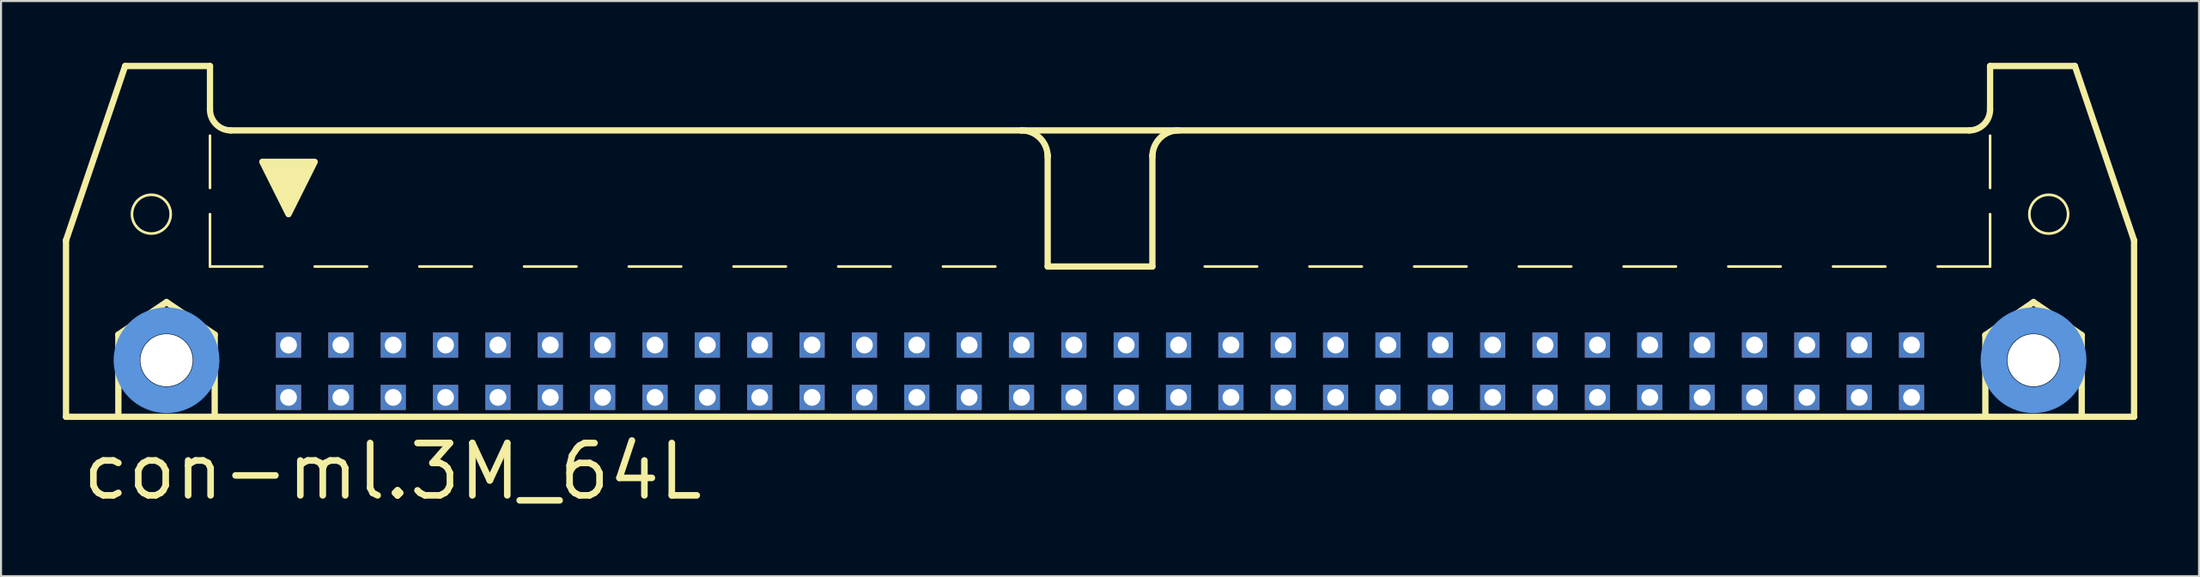
<source format=kicad_pcb>
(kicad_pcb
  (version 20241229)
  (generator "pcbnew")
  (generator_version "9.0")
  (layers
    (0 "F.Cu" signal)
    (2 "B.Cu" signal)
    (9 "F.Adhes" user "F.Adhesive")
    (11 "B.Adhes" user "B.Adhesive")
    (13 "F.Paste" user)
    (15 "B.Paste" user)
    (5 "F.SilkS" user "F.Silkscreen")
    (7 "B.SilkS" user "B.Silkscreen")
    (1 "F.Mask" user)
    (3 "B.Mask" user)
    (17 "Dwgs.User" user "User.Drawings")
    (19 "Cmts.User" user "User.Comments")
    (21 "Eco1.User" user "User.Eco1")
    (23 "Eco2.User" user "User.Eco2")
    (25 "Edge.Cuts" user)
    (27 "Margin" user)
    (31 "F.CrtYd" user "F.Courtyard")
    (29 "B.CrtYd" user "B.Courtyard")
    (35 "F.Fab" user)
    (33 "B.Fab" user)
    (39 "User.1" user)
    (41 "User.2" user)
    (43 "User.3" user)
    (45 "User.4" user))
  (footprint "con-ml.3M_64L"
    (layer "F.Cu")
    (at 50.317 11.151)
    (property "Reference" "con-ml.3M_64L" (at -49.53 10.16 0) (layer "F.SilkS") (effects (font (size 2.54 2.54) (thickness 0.32)) (justify left bottom)))
    (attr through_hole)
    (fp_line (start -50.165 -2.54) (end -50.165 6.02) (stroke (width 0.305) (type default)) (layer "F.SilkS"))
    (fp_line (start -50.165 -2.54) (end -47.295 -10.998) (stroke (width 0.305) (type default)) (layer "F.SilkS"))
    (fp_line (start -50.165 6.02) (end -47.625 6.02) (stroke (width 0.305) (type default)) (layer "F.SilkS"))
    (fp_line (start -47.625 2.032) (end -45.288 0.457) (stroke (width 0.305) (type default)) (layer "F.SilkS"))
    (fp_line (start -47.625 6.02) (end -47.625 2.032) (stroke (width 0.305) (type default)) (layer "F.SilkS"))
    (fp_line (start -47.625 6.02) (end -42.951 6.02) (stroke (width 0.305) (type default)) (layer "F.SilkS"))
    (fp_line (start -45.288 0.457) (end -42.951 2.032) (stroke (width 0.305) (type default)) (layer "F.SilkS"))
    (fp_line (start -43.18 -10.998) (end -47.295 -10.998) (stroke (width 0.305) (type default)) (layer "F.SilkS"))
    (fp_line (start -43.18 -8.89) (end -43.18 -10.998) (stroke (width 0.305) (type default)) (layer "F.SilkS"))
    (fp_line (start -43.18 -5.08) (end -43.18 -7.62) (stroke (width 0.127) (type default)) (layer "F.SilkS"))
    (fp_line (start -43.18 -1.27) (end -43.18 -3.81) (stroke (width 0.127) (type default)) (layer "F.SilkS"))
    (fp_line (start -43.18 -1.27) (end -40.64 -1.27) (stroke (width 0.127) (type default)) (layer "F.SilkS"))
    (fp_line (start -42.951 2.032) (end -42.951 6.02) (stroke (width 0.305) (type default)) (layer "F.SilkS"))
    (fp_line (start -42.951 6.02) (end 42.951 6.02) (stroke (width 0.305) (type default)) (layer "F.SilkS"))
    (fp_line (start -38.1 -1.27) (end -35.56 -1.27) (stroke (width 0.127) (type default)) (layer "F.SilkS"))
    (fp_line (start -33.02 -1.27) (end -30.48 -1.27) (stroke (width 0.127) (type default)) (layer "F.SilkS"))
    (fp_line (start -27.94 -1.27) (end -25.4 -1.27) (stroke (width 0.127) (type default)) (layer "F.SilkS"))
    (fp_line (start -22.86 -1.27) (end -20.32 -1.27) (stroke (width 0.127) (type default)) (layer "F.SilkS"))
    (fp_line (start -15.24 -1.27) (end -17.78 -1.27) (stroke (width 0.127) (type default)) (layer "F.SilkS"))
    (fp_line (start -10.16 -1.27) (end -12.7 -1.27) (stroke (width 0.127) (type default)) (layer "F.SilkS"))
    (fp_line (start -5.08 -1.27) (end -7.62 -1.27) (stroke (width 0.127) (type default)) (layer "F.SilkS"))
    (fp_line (start -3.81 -7.874) (end -42.164 -7.874) (stroke (width 0.305) (type default)) (layer "F.SilkS"))
    (fp_line (start -3.81 -7.874) (end 42.164 -7.874) (stroke (width 0.305) (type default)) (layer "F.SilkS"))
    (fp_line (start -2.54 -1.27) (end -2.54 -6.68) (stroke (width 0.305) (type default)) (layer "F.SilkS"))
    (fp_line (start 2.54 -1.27) (end -2.54 -1.27) (stroke (width 0.305) (type default)) (layer "F.SilkS"))
    (fp_line (start 2.54 -1.27) (end 2.54 -6.68) (stroke (width 0.305) (type default)) (layer "F.SilkS"))
    (fp_line (start 5.08 -1.27) (end 7.62 -1.27) (stroke (width 0.127) (type default)) (layer "F.SilkS"))
    (fp_line (start 10.16 -1.27) (end 12.7 -1.27) (stroke (width 0.127) (type default)) (layer "F.SilkS"))
    (fp_line (start 15.24 -1.27) (end 17.78 -1.27) (stroke (width 0.127) (type default)) (layer "F.SilkS"))
    (fp_line (start 22.86 -1.27) (end 20.32 -1.27) (stroke (width 0.127) (type default)) (layer "F.SilkS"))
    (fp_line (start 27.94 -1.27) (end 25.4 -1.27) (stroke (width 0.127) (type default)) (layer "F.SilkS"))
    (fp_line (start 33.02 -1.27) (end 30.48 -1.27) (stroke (width 0.127) (type default)) (layer "F.SilkS"))
    (fp_line (start 38.1 -1.27) (end 35.56 -1.27) (stroke (width 0.127) (type default)) (layer "F.SilkS"))
    (fp_line (start 42.951 2.057) (end 45.288 0.457) (stroke (width 0.305) (type default)) (layer "F.SilkS"))
    (fp_line (start 42.951 6.02) (end 42.951 2.057) (stroke (width 0.305) (type default)) (layer "F.SilkS"))
    (fp_line (start 42.951 6.02) (end 47.625 6.02) (stroke (width 0.305) (type default)) (layer "F.SilkS"))
    (fp_line (start 43.18 -10.998) (end 47.295 -10.998) (stroke (width 0.305) (type default)) (layer "F.SilkS"))
    (fp_line (start 43.18 -8.89) (end 43.18 -10.998) (stroke (width 0.305) (type default)) (layer "F.SilkS"))
    (fp_line (start 43.18 -5.08) (end 43.18 -7.62) (stroke (width 0.127) (type default)) (layer "F.SilkS"))
    (fp_line (start 43.18 -1.27) (end 40.64 -1.27) (stroke (width 0.127) (type default)) (layer "F.SilkS"))
    (fp_line (start 43.18 -1.27) (end 43.18 -3.81) (stroke (width 0.127) (type default)) (layer "F.SilkS"))
    (fp_line (start 45.288 0.457) (end 47.625 2.057) (stroke (width 0.305) (type default)) (layer "F.SilkS"))
    (fp_line (start 47.625 2.057) (end 47.625 6.02) (stroke (width 0.305) (type default)) (layer "F.SilkS"))
    (fp_line (start 47.625 6.02) (end 50.165 6.02) (stroke (width 0.305) (type default)) (layer "F.SilkS"))
    (fp_line (start 50.165 -2.54) (end 47.295 -10.998) (stroke (width 0.305) (type default)) (layer "F.SilkS"))
    (fp_line (start 50.165 6.02) (end 50.165 -2.54) (stroke (width 0.305) (type default)) (layer "F.SilkS"))
    (fp_arc (start -42.164 -7.874) (mid -42.88242 -8.17158) (end -43.18 -8.89) (stroke (width 0.3048) (type default)) (layer "F.SilkS"))
    (fp_arc (start -3.81 -7.874) (mid -2.911974 -7.502026) (end -2.54 -6.604) (stroke (width 0.3048) (type default)) (layer "F.SilkS"))
    (fp_arc (start 2.54 -6.604) (mid 2.911974 -7.502026) (end 3.81 -7.874) (stroke (width 0.3048) (type default)) (layer "F.SilkS"))
    (fp_arc (start 43.18 -8.89) (mid 42.88242 -8.17158) (end 42.164 -7.874) (stroke (width 0.3048) (type default)) (layer "F.SilkS"))
    (fp_circle (center -46.025 -3.81) (end -45.085 -3.81) (stroke (width 0.127) (type default)) (fill no) (layer "F.SilkS"))
    (fp_circle (center 46.025 -3.81) (end 46.965 -3.81) (stroke (width 0.127) (type default)) (fill no) (layer "F.SilkS"))
    (fp_poly (pts (xy -40.64 -6.35) (xy -38.1 -6.35) (xy -39.37 -3.81)) (stroke (width 0.305) (type default)) (fill yes) (layer "F.SilkS"))
    (fp_circle (center -45.288 3.277) (end -43.358 3.277) (stroke (width 1.27) (type default)) (fill no) (layer "Cmts.User"))
    (fp_circle (center 45.288 3.277) (end 47.219 3.277) (stroke (width 1.27) (type default)) (fill no) (layer "Cmts.User"))
    (pad "" np_thru_hole circle (at -45.288 3.277) (size 2.54 2.54) (drill 2.54) (layers "*.Cu" "*.Mask"))
    (pad "" np_thru_hole circle (at 45.288 3.277) (size 2.54 2.54) (drill 2.54) (layers "*.Cu" "*.Mask"))
    (pad "1" thru_hole rect (at -39.37 5.08) (size 1.219 1.219) (drill 0.813) (layers "*.Cu" "*.Mask"))
    (pad "2" thru_hole rect (at -39.37 2.54) (size 1.219 1.219) (drill 0.813) (layers "*.Cu" "*.Mask"))
    (pad "3" thru_hole rect (at -36.83 5.08) (size 1.219 1.219) (drill 0.813) (layers "*.Cu" "*.Mask"))
    (pad "4" thru_hole rect (at -36.83 2.54) (size 1.219 1.219) (drill 0.813) (layers "*.Cu" "*.Mask"))
    (pad "5" thru_hole rect (at -34.29 5.08) (size 1.219 1.219) (drill 0.813) (layers "*.Cu" "*.Mask"))
    (pad "6" thru_hole rect (at -34.29 2.54) (size 1.219 1.219) (drill 0.813) (layers "*.Cu" "*.Mask"))
    (pad "7" thru_hole rect (at -31.75 5.08) (size 1.219 1.219) (drill 0.813) (layers "*.Cu" "*.Mask"))
    (pad "8" thru_hole rect (at -31.75 2.54) (size 1.219 1.219) (drill 0.813) (layers "*.Cu" "*.Mask"))
    (pad "9" thru_hole rect (at -29.21 5.08) (size 1.219 1.219) (drill 0.813) (layers "*.Cu" "*.Mask"))
    (pad "10" thru_hole rect (at -29.21 2.54) (size 1.219 1.219) (drill 0.813) (layers "*.Cu" "*.Mask"))
    (pad "11" thru_hole rect (at -26.67 5.08) (size 1.219 1.219) (drill 0.813) (layers "*.Cu" "*.Mask"))
    (pad "12" thru_hole rect (at -26.67 2.54) (size 1.219 1.219) (drill 0.813) (layers "*.Cu" "*.Mask"))
    (pad "13" thru_hole rect (at -24.13 5.08) (size 1.219 1.219) (drill 0.813) (layers "*.Cu" "*.Mask"))
    (pad "14" thru_hole rect (at -24.13 2.54) (size 1.219 1.219) (drill 0.813) (layers "*.Cu" "*.Mask"))
    (pad "15" thru_hole rect (at -21.59 5.08) (size 1.219 1.219) (drill 0.813) (layers "*.Cu" "*.Mask"))
    (pad "16" thru_hole rect (at -21.59 2.54) (size 1.219 1.219) (drill 0.813) (layers "*.Cu" "*.Mask"))
    (pad "17" thru_hole rect (at -19.05 5.08) (size 1.219 1.219) (drill 0.813) (layers "*.Cu" "*.Mask"))
    (pad "18" thru_hole rect (at -19.05 2.54) (size 1.219 1.219) (drill 0.813) (layers "*.Cu" "*.Mask"))
    (pad "19" thru_hole rect (at -16.51 5.08) (size 1.219 1.219) (drill 0.813) (layers "*.Cu" "*.Mask"))
    (pad "20" thru_hole rect (at -16.51 2.54) (size 1.219 1.219) (drill 0.813) (layers "*.Cu" "*.Mask"))
    (pad "21" thru_hole rect (at -13.97 5.08) (size 1.219 1.219) (drill 0.813) (layers "*.Cu" "*.Mask"))
    (pad "22" thru_hole rect (at -13.97 2.54) (size 1.219 1.219) (drill 0.813) (layers "*.Cu" "*.Mask"))
    (pad "23" thru_hole rect (at -11.43 5.08) (size 1.219 1.219) (drill 0.813) (layers "*.Cu" "*.Mask"))
    (pad "24" thru_hole rect (at -11.43 2.54) (size 1.219 1.219) (drill 0.813) (layers "*.Cu" "*.Mask"))
    (pad "25" thru_hole rect (at -8.89 5.08) (size 1.219 1.219) (drill 0.813) (layers "*.Cu" "*.Mask"))
    (pad "26" thru_hole rect (at -8.89 2.54) (size 1.219 1.219) (drill 0.813) (layers "*.Cu" "*.Mask"))
    (pad "27" thru_hole rect (at -6.35 5.08) (size 1.219 1.219) (drill 0.813) (layers "*.Cu" "*.Mask"))
    (pad "28" thru_hole rect (at -6.35 2.54) (size 1.219 1.219) (drill 0.813) (layers "*.Cu" "*.Mask"))
    (pad "29" thru_hole rect (at -3.81 5.08) (size 1.219 1.219) (drill 0.813) (layers "*.Cu" "*.Mask"))
    (pad "30" thru_hole rect (at -3.81 2.54) (size 1.219 1.219) (drill 0.813) (layers "*.Cu" "*.Mask"))
    (pad "31" thru_hole rect (at -1.27 5.08) (size 1.219 1.219) (drill 0.813) (layers "*.Cu" "*.Mask"))
    (pad "32" thru_hole rect (at -1.27 2.54) (size 1.219 1.219) (drill 0.813) (layers "*.Cu" "*.Mask"))
    (pad "33" thru_hole rect (at 1.27 5.08) (size 1.219 1.219) (drill 0.813) (layers "*.Cu" "*.Mask"))
    (pad "34" thru_hole rect (at 1.27 2.54) (size 1.219 1.219) (drill 0.813) (layers "*.Cu" "*.Mask"))
    (pad "35" thru_hole rect (at 3.81 5.08) (size 1.219 1.219) (drill 0.813) (layers "*.Cu" "*.Mask"))
    (pad "36" thru_hole rect (at 3.81 2.54) (size 1.219 1.219) (drill 0.813) (layers "*.Cu" "*.Mask"))
    (pad "37" thru_hole rect (at 6.35 5.08) (size 1.219 1.219) (drill 0.813) (layers "*.Cu" "*.Mask"))
    (pad "38" thru_hole rect (at 6.35 2.54) (size 1.219 1.219) (drill 0.813) (layers "*.Cu" "*.Mask"))
    (pad "39" thru_hole rect (at 8.89 5.08) (size 1.219 1.219) (drill 0.813) (layers "*.Cu" "*.Mask"))
    (pad "40" thru_hole rect (at 8.89 2.54) (size 1.219 1.219) (drill 0.813) (layers "*.Cu" "*.Mask"))
    (pad "41" thru_hole rect (at 11.43 5.08) (size 1.219 1.219) (drill 0.813) (layers "*.Cu" "*.Mask"))
    (pad "42" thru_hole rect (at 11.43 2.54) (size 1.219 1.219) (drill 0.813) (layers "*.Cu" "*.Mask"))
    (pad "43" thru_hole rect (at 13.97 5.08) (size 1.219 1.219) (drill 0.813) (layers "*.Cu" "*.Mask"))
    (pad "44" thru_hole rect (at 13.97 2.54) (size 1.219 1.219) (drill 0.813) (layers "*.Cu" "*.Mask"))
    (pad "45" thru_hole rect (at 16.51 5.08) (size 1.219 1.219) (drill 0.813) (layers "*.Cu" "*.Mask"))
    (pad "46" thru_hole rect (at 16.51 2.54) (size 1.219 1.219) (drill 0.813) (layers "*.Cu" "*.Mask"))
    (pad "47" thru_hole rect (at 19.05 5.08) (size 1.219 1.219) (drill 0.813) (layers "*.Cu" "*.Mask"))
    (pad "48" thru_hole rect (at 19.05 2.54) (size 1.219 1.219) (drill 0.813) (layers "*.Cu" "*.Mask"))
    (pad "49" thru_hole rect (at 21.59 5.08) (size 1.219 1.219) (drill 0.813) (layers "*.Cu" "*.Mask"))
    (pad "50" thru_hole rect (at 21.59 2.54) (size 1.219 1.219) (drill 0.813) (layers "*.Cu" "*.Mask"))
    (pad "51" thru_hole rect (at 24.13 5.08) (size 1.219 1.219) (drill 0.813) (layers "*.Cu" "*.Mask"))
    (pad "52" thru_hole rect (at 24.13 2.54) (size 1.219 1.219) (drill 0.813) (layers "*.Cu" "*.Mask"))
    (pad "53" thru_hole rect (at 26.67 5.08) (size 1.219 1.219) (drill 0.813) (layers "*.Cu" "*.Mask"))
    (pad "54" thru_hole rect (at 26.67 2.54) (size 1.219 1.219) (drill 0.813) (layers "*.Cu" "*.Mask"))
    (pad "55" thru_hole rect (at 29.21 5.08) (size 1.219 1.219) (drill 0.813) (layers "*.Cu" "*.Mask"))
    (pad "56" thru_hole rect (at 29.21 2.54) (size 1.219 1.219) (drill 0.813) (layers "*.Cu" "*.Mask"))
    (pad "57" thru_hole rect (at 31.75 5.08) (size 1.219 1.219) (drill 0.813) (layers "*.Cu" "*.Mask"))
    (pad "58" thru_hole rect (at 31.75 2.54) (size 1.219 1.219) (drill 0.813) (layers "*.Cu" "*.Mask"))
    (pad "59" thru_hole rect (at 34.29 5.08) (size 1.219 1.219) (drill 0.813) (layers "*.Cu" "*.Mask"))
    (pad "60" thru_hole rect (at 34.29 2.54) (size 1.219 1.219) (drill 0.813) (layers "*.Cu" "*.Mask"))
    (pad "61" thru_hole rect (at 36.83 5.08) (size 1.219 1.219) (drill 0.813) (layers "*.Cu" "*.Mask"))
    (pad "62" thru_hole rect (at 36.83 2.54) (size 1.219 1.219) (drill 0.813) (layers "*.Cu" "*.Mask"))
    (pad "63" thru_hole rect (at 39.37 5.08) (size 1.219 1.219) (drill 0.813) (layers "*.Cu" "*.Mask"))
    (pad "64" thru_hole rect (at 39.37 2.54) (size 1.219 1.219) (drill 0.813) (layers "*.Cu" "*.Mask")))
  (gr_rect
    (start -3 -3)
    (end 103.635 24.906)
    (stroke (width 0.1) (type default))
    (fill no)
    (layer "Edge.Cuts")))
</source>
